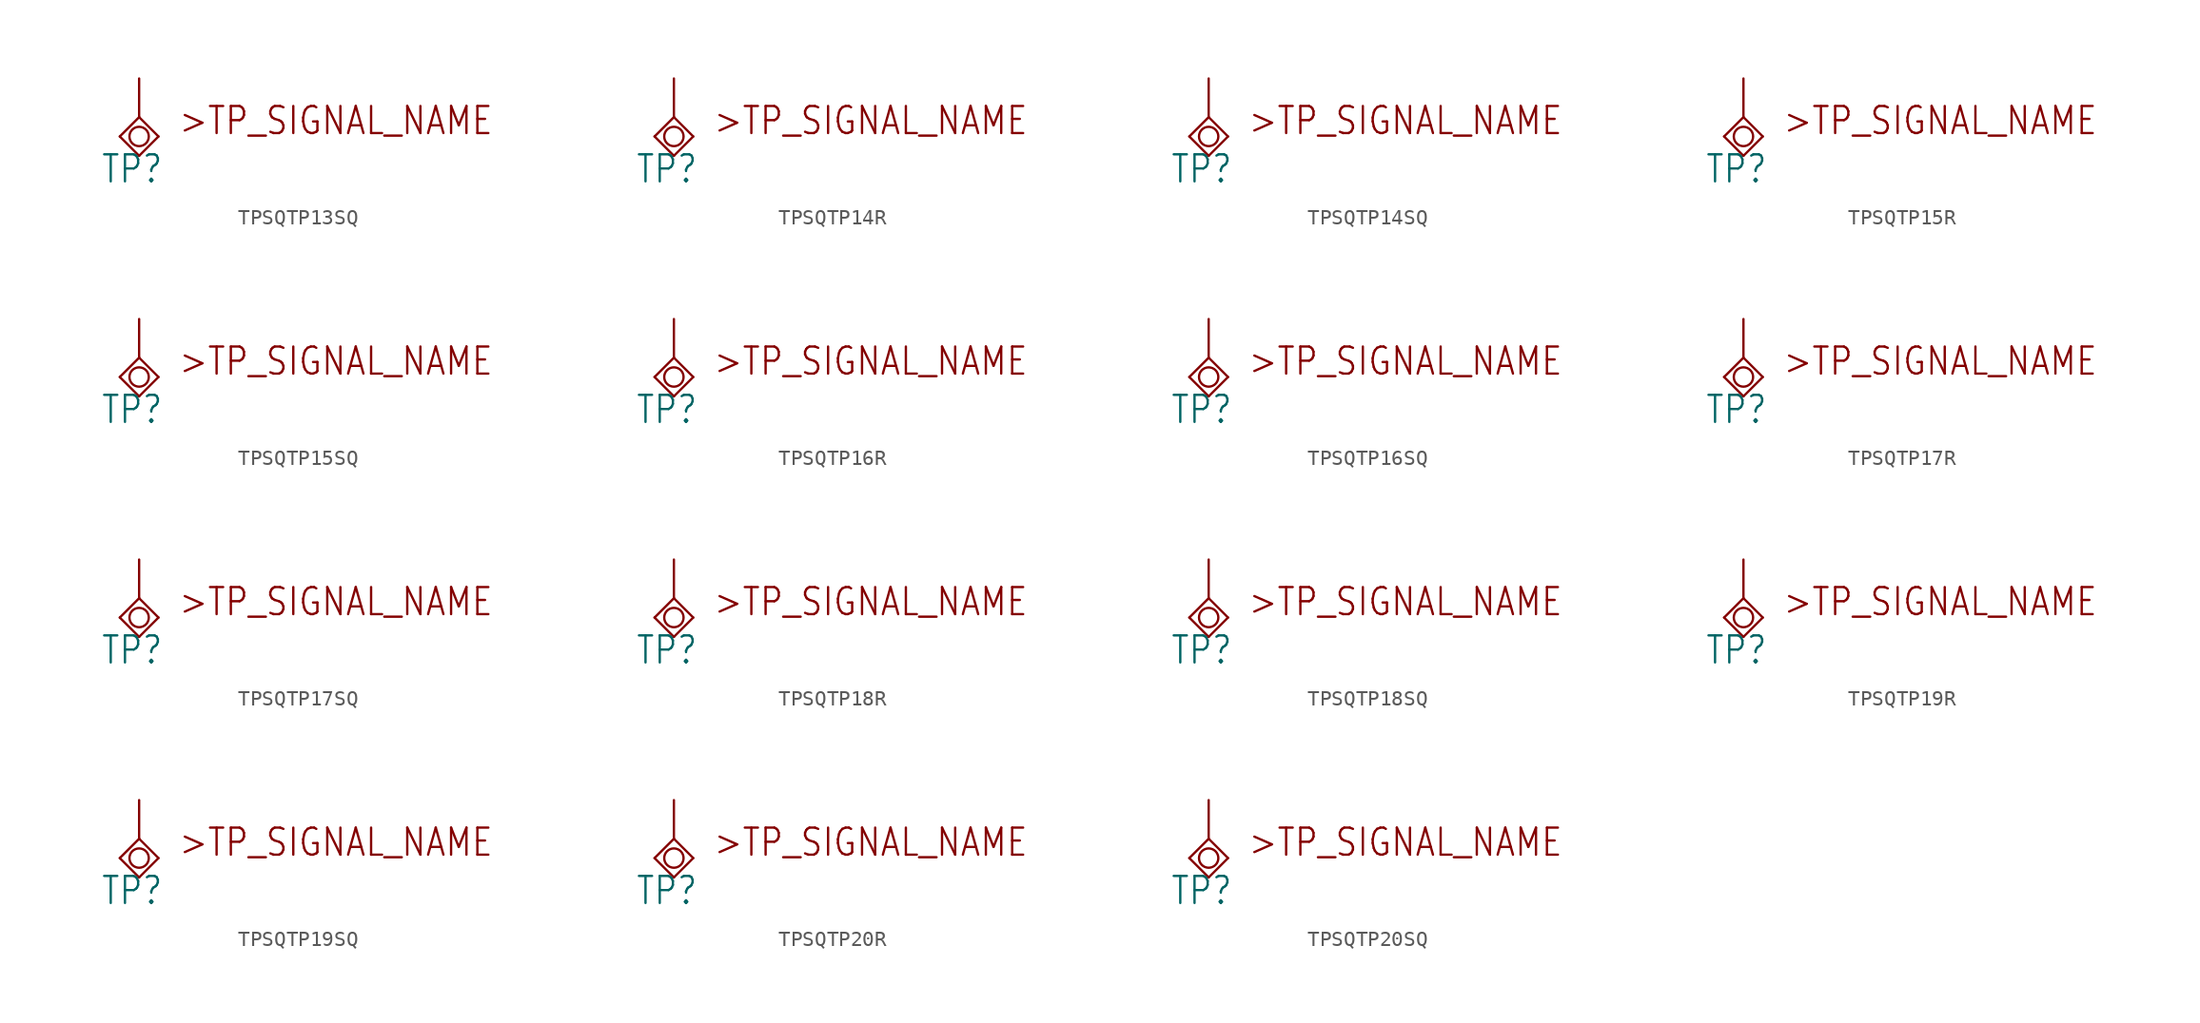
<source format=kicad_sym>
(kicad_symbol_lib
  (version 20200126)
  (host kicad_symbol_editor "(5.99.0-2281-g2f31bf278-dirty)")
  (symbol "TPSQTP13SQ"
    (property "Reference" "TP"
      (at -2.54 -4.445 0)
      (effects (font (size 1.778 1.511)) (justify left bottom)))
    (property "ki_locked" ""
      (at 0 0 0)
      (effects (font (size 1.27 1.27))))
    (symbol "TPSQTP13SQ_1_0"
      (circle (center 0 -1.27) (radius 0.635) (stroke (width 0.152)) (fill (type none)))
      (text ">TP_SIGNAL_NAME" (at 2.54 -1.27 0) (effects (font (size 1.778 1.511)) (justify left bottom)))
      (polyline (pts (xy 0 -2.54) (xy 1.27 -1.27)) (stroke (width 0.152)) (fill (type none)))
      (polyline (pts (xy 1.27 -1.27) (xy 0 0)) (stroke (width 0.152)) (fill (type none)))
      (polyline (pts (xy 0 0) (xy -1.27 -1.27)) (stroke (width 0.152)) (fill (type none)))
      (polyline (pts (xy -1.27 -1.27) (xy 0 -2.54)) (stroke (width 0.152)) (fill (type none)))
      (pin input line (at 0 2.54 270) (length 2.54) (name "TP" (effects (font (size 0 0)))) (number "TP" (effects (font (size 0 0)))))))
  (symbol "TPSQTP14R"
    (property "Reference" "TP"
      (at -2.54 -4.445 0)
      (effects (font (size 1.778 1.511)) (justify left bottom)))
    (property "ki_locked" ""
      (at 0 0 0)
      (effects (font (size 1.27 1.27))))
    (symbol "TPSQTP14R_1_0"
      (circle (center 0 -1.27) (radius 0.635) (stroke (width 0.152)) (fill (type none)))
      (text ">TP_SIGNAL_NAME" (at 2.54 -1.27 0) (effects (font (size 1.778 1.511)) (justify left bottom)))
      (polyline (pts (xy 0 -2.54) (xy 1.27 -1.27)) (stroke (width 0.152)) (fill (type none)))
      (polyline (pts (xy 1.27 -1.27) (xy 0 0)) (stroke (width 0.152)) (fill (type none)))
      (polyline (pts (xy 0 0) (xy -1.27 -1.27)) (stroke (width 0.152)) (fill (type none)))
      (polyline (pts (xy -1.27 -1.27) (xy 0 -2.54)) (stroke (width 0.152)) (fill (type none)))
      (pin input line (at 0 2.54 270) (length 2.54) (name "TP" (effects (font (size 0 0)))) (number "TP" (effects (font (size 0 0)))))))
  (symbol "TPSQTP14SQ"
    (property "Reference" "TP"
      (at -2.54 -4.445 0)
      (effects (font (size 1.778 1.511)) (justify left bottom)))
    (property "ki_locked" ""
      (at 0 0 0)
      (effects (font (size 1.27 1.27))))
    (symbol "TPSQTP14SQ_1_0"
      (circle (center 0 -1.27) (radius 0.635) (stroke (width 0.152)) (fill (type none)))
      (text ">TP_SIGNAL_NAME" (at 2.54 -1.27 0) (effects (font (size 1.778 1.511)) (justify left bottom)))
      (polyline (pts (xy 0 -2.54) (xy 1.27 -1.27)) (stroke (width 0.152)) (fill (type none)))
      (polyline (pts (xy 1.27 -1.27) (xy 0 0)) (stroke (width 0.152)) (fill (type none)))
      (polyline (pts (xy 0 0) (xy -1.27 -1.27)) (stroke (width 0.152)) (fill (type none)))
      (polyline (pts (xy -1.27 -1.27) (xy 0 -2.54)) (stroke (width 0.152)) (fill (type none)))
      (pin input line (at 0 2.54 270) (length 2.54) (name "TP" (effects (font (size 0 0)))) (number "TP" (effects (font (size 0 0)))))))
  (symbol "TPSQTP15R"
    (property "Reference" "TP"
      (at -2.54 -4.445 0)
      (effects (font (size 1.778 1.511)) (justify left bottom)))
    (property "ki_locked" ""
      (at 0 0 0)
      (effects (font (size 1.27 1.27))))
    (symbol "TPSQTP15R_1_0"
      (circle (center 0 -1.27) (radius 0.635) (stroke (width 0.152)) (fill (type none)))
      (text ">TP_SIGNAL_NAME" (at 2.54 -1.27 0) (effects (font (size 1.778 1.511)) (justify left bottom)))
      (polyline (pts (xy 0 -2.54) (xy 1.27 -1.27)) (stroke (width 0.152)) (fill (type none)))
      (polyline (pts (xy 1.27 -1.27) (xy 0 0)) (stroke (width 0.152)) (fill (type none)))
      (polyline (pts (xy 0 0) (xy -1.27 -1.27)) (stroke (width 0.152)) (fill (type none)))
      (polyline (pts (xy -1.27 -1.27) (xy 0 -2.54)) (stroke (width 0.152)) (fill (type none)))
      (pin input line (at 0 2.54 270) (length 2.54) (name "TP" (effects (font (size 0 0)))) (number "TP" (effects (font (size 0 0)))))))
  (symbol "TPSQTP15SQ"
    (property "Reference" "TP"
      (at -2.54 -4.445 0)
      (effects (font (size 1.778 1.511)) (justify left bottom)))
    (property "ki_locked" ""
      (at 0 0 0)
      (effects (font (size 1.27 1.27))))
    (symbol "TPSQTP15SQ_1_0"
      (circle (center 0 -1.27) (radius 0.635) (stroke (width 0.152)) (fill (type none)))
      (text ">TP_SIGNAL_NAME" (at 2.54 -1.27 0) (effects (font (size 1.778 1.511)) (justify left bottom)))
      (polyline (pts (xy 0 -2.54) (xy 1.27 -1.27)) (stroke (width 0.152)) (fill (type none)))
      (polyline (pts (xy 1.27 -1.27) (xy 0 0)) (stroke (width 0.152)) (fill (type none)))
      (polyline (pts (xy 0 0) (xy -1.27 -1.27)) (stroke (width 0.152)) (fill (type none)))
      (polyline (pts (xy -1.27 -1.27) (xy 0 -2.54)) (stroke (width 0.152)) (fill (type none)))
      (pin input line (at 0 2.54 270) (length 2.54) (name "TP" (effects (font (size 0 0)))) (number "TP" (effects (font (size 0 0)))))))
  (symbol "TPSQTP16R"
    (property "Reference" "TP"
      (at -2.54 -4.445 0)
      (effects (font (size 1.778 1.511)) (justify left bottom)))
    (property "ki_locked" ""
      (at 0 0 0)
      (effects (font (size 1.27 1.27))))
    (symbol "TPSQTP16R_1_0"
      (circle (center 0 -1.27) (radius 0.635) (stroke (width 0.152)) (fill (type none)))
      (text ">TP_SIGNAL_NAME" (at 2.54 -1.27 0) (effects (font (size 1.778 1.511)) (justify left bottom)))
      (polyline (pts (xy 0 -2.54) (xy 1.27 -1.27)) (stroke (width 0.152)) (fill (type none)))
      (polyline (pts (xy 1.27 -1.27) (xy 0 0)) (stroke (width 0.152)) (fill (type none)))
      (polyline (pts (xy 0 0) (xy -1.27 -1.27)) (stroke (width 0.152)) (fill (type none)))
      (polyline (pts (xy -1.27 -1.27) (xy 0 -2.54)) (stroke (width 0.152)) (fill (type none)))
      (pin input line (at 0 2.54 270) (length 2.54) (name "TP" (effects (font (size 0 0)))) (number "TP" (effects (font (size 0 0)))))))
  (symbol "TPSQTP16SQ"
    (property "Reference" "TP"
      (at -2.54 -4.445 0)
      (effects (font (size 1.778 1.511)) (justify left bottom)))
    (property "ki_locked" ""
      (at 0 0 0)
      (effects (font (size 1.27 1.27))))
    (symbol "TPSQTP16SQ_1_0"
      (circle (center 0 -1.27) (radius 0.635) (stroke (width 0.152)) (fill (type none)))
      (text ">TP_SIGNAL_NAME" (at 2.54 -1.27 0) (effects (font (size 1.778 1.511)) (justify left bottom)))
      (polyline (pts (xy 0 -2.54) (xy 1.27 -1.27)) (stroke (width 0.152)) (fill (type none)))
      (polyline (pts (xy 1.27 -1.27) (xy 0 0)) (stroke (width 0.152)) (fill (type none)))
      (polyline (pts (xy 0 0) (xy -1.27 -1.27)) (stroke (width 0.152)) (fill (type none)))
      (polyline (pts (xy -1.27 -1.27) (xy 0 -2.54)) (stroke (width 0.152)) (fill (type none)))
      (pin input line (at 0 2.54 270) (length 2.54) (name "TP" (effects (font (size 0 0)))) (number "TP" (effects (font (size 0 0)))))))
  (symbol "TPSQTP17R"
    (property "Reference" "TP"
      (at -2.54 -4.445 0)
      (effects (font (size 1.778 1.511)) (justify left bottom)))
    (property "ki_locked" ""
      (at 0 0 0)
      (effects (font (size 1.27 1.27))))
    (symbol "TPSQTP17R_1_0"
      (circle (center 0 -1.27) (radius 0.635) (stroke (width 0.152)) (fill (type none)))
      (text ">TP_SIGNAL_NAME" (at 2.54 -1.27 0) (effects (font (size 1.778 1.511)) (justify left bottom)))
      (polyline (pts (xy 0 -2.54) (xy 1.27 -1.27)) (stroke (width 0.152)) (fill (type none)))
      (polyline (pts (xy 1.27 -1.27) (xy 0 0)) (stroke (width 0.152)) (fill (type none)))
      (polyline (pts (xy 0 0) (xy -1.27 -1.27)) (stroke (width 0.152)) (fill (type none)))
      (polyline (pts (xy -1.27 -1.27) (xy 0 -2.54)) (stroke (width 0.152)) (fill (type none)))
      (pin input line (at 0 2.54 270) (length 2.54) (name "TP" (effects (font (size 0 0)))) (number "TP" (effects (font (size 0 0)))))))
  (symbol "TPSQTP17SQ"
    (property "Reference" "TP"
      (at -2.54 -4.445 0)
      (effects (font (size 1.778 1.511)) (justify left bottom)))
    (property "ki_locked" ""
      (at 0 0 0)
      (effects (font (size 1.27 1.27))))
    (symbol "TPSQTP17SQ_1_0"
      (circle (center 0 -1.27) (radius 0.635) (stroke (width 0.152)) (fill (type none)))
      (text ">TP_SIGNAL_NAME" (at 2.54 -1.27 0) (effects (font (size 1.778 1.511)) (justify left bottom)))
      (polyline (pts (xy 0 -2.54) (xy 1.27 -1.27)) (stroke (width 0.152)) (fill (type none)))
      (polyline (pts (xy 1.27 -1.27) (xy 0 0)) (stroke (width 0.152)) (fill (type none)))
      (polyline (pts (xy 0 0) (xy -1.27 -1.27)) (stroke (width 0.152)) (fill (type none)))
      (polyline (pts (xy -1.27 -1.27) (xy 0 -2.54)) (stroke (width 0.152)) (fill (type none)))
      (pin input line (at 0 2.54 270) (length 2.54) (name "TP" (effects (font (size 0 0)))) (number "TP" (effects (font (size 0 0)))))))
  (symbol "TPSQTP18R"
    (property "Reference" "TP"
      (at -2.54 -4.445 0)
      (effects (font (size 1.778 1.511)) (justify left bottom)))
    (property "ki_locked" ""
      (at 0 0 0)
      (effects (font (size 1.27 1.27))))
    (symbol "TPSQTP18R_1_0"
      (circle (center 0 -1.27) (radius 0.635) (stroke (width 0.152)) (fill (type none)))
      (text ">TP_SIGNAL_NAME" (at 2.54 -1.27 0) (effects (font (size 1.778 1.511)) (justify left bottom)))
      (polyline (pts (xy 0 -2.54) (xy 1.27 -1.27)) (stroke (width 0.152)) (fill (type none)))
      (polyline (pts (xy 1.27 -1.27) (xy 0 0)) (stroke (width 0.152)) (fill (type none)))
      (polyline (pts (xy 0 0) (xy -1.27 -1.27)) (stroke (width 0.152)) (fill (type none)))
      (polyline (pts (xy -1.27 -1.27) (xy 0 -2.54)) (stroke (width 0.152)) (fill (type none)))
      (pin input line (at 0 2.54 270) (length 2.54) (name "TP" (effects (font (size 0 0)))) (number "TP" (effects (font (size 0 0)))))))
  (symbol "TPSQTP18SQ"
    (property "Reference" "TP"
      (at -2.54 -4.445 0)
      (effects (font (size 1.778 1.511)) (justify left bottom)))
    (property "ki_locked" ""
      (at 0 0 0)
      (effects (font (size 1.27 1.27))))
    (symbol "TPSQTP18SQ_1_0"
      (circle (center 0 -1.27) (radius 0.635) (stroke (width 0.152)) (fill (type none)))
      (text ">TP_SIGNAL_NAME" (at 2.54 -1.27 0) (effects (font (size 1.778 1.511)) (justify left bottom)))
      (polyline (pts (xy 0 -2.54) (xy 1.27 -1.27)) (stroke (width 0.152)) (fill (type none)))
      (polyline (pts (xy 1.27 -1.27) (xy 0 0)) (stroke (width 0.152)) (fill (type none)))
      (polyline (pts (xy 0 0) (xy -1.27 -1.27)) (stroke (width 0.152)) (fill (type none)))
      (polyline (pts (xy -1.27 -1.27) (xy 0 -2.54)) (stroke (width 0.152)) (fill (type none)))
      (pin input line (at 0 2.54 270) (length 2.54) (name "TP" (effects (font (size 0 0)))) (number "TP" (effects (font (size 0 0)))))))
  (symbol "TPSQTP19R"
    (property "Reference" "TP"
      (at -2.54 -4.445 0)
      (effects (font (size 1.778 1.511)) (justify left bottom)))
    (property "ki_locked" ""
      (at 0 0 0)
      (effects (font (size 1.27 1.27))))
    (symbol "TPSQTP19R_1_0"
      (circle (center 0 -1.27) (radius 0.635) (stroke (width 0.152)) (fill (type none)))
      (text ">TP_SIGNAL_NAME" (at 2.54 -1.27 0) (effects (font (size 1.778 1.511)) (justify left bottom)))
      (polyline (pts (xy 0 -2.54) (xy 1.27 -1.27)) (stroke (width 0.152)) (fill (type none)))
      (polyline (pts (xy 1.27 -1.27) (xy 0 0)) (stroke (width 0.152)) (fill (type none)))
      (polyline (pts (xy 0 0) (xy -1.27 -1.27)) (stroke (width 0.152)) (fill (type none)))
      (polyline (pts (xy -1.27 -1.27) (xy 0 -2.54)) (stroke (width 0.152)) (fill (type none)))
      (pin input line (at 0 2.54 270) (length 2.54) (name "TP" (effects (font (size 0 0)))) (number "TP" (effects (font (size 0 0)))))))
  (symbol "TPSQTP19SQ"
    (property "Reference" "TP"
      (at -2.54 -4.445 0)
      (effects (font (size 1.778 1.511)) (justify left bottom)))
    (property "ki_locked" ""
      (at 0 0 0)
      (effects (font (size 1.27 1.27))))
    (symbol "TPSQTP19SQ_1_0"
      (circle (center 0 -1.27) (radius 0.635) (stroke (width 0.152)) (fill (type none)))
      (text ">TP_SIGNAL_NAME" (at 2.54 -1.27 0) (effects (font (size 1.778 1.511)) (justify left bottom)))
      (polyline (pts (xy 0 -2.54) (xy 1.27 -1.27)) (stroke (width 0.152)) (fill (type none)))
      (polyline (pts (xy 1.27 -1.27) (xy 0 0)) (stroke (width 0.152)) (fill (type none)))
      (polyline (pts (xy 0 0) (xy -1.27 -1.27)) (stroke (width 0.152)) (fill (type none)))
      (polyline (pts (xy -1.27 -1.27) (xy 0 -2.54)) (stroke (width 0.152)) (fill (type none)))
      (pin input line (at 0 2.54 270) (length 2.54) (name "TP" (effects (font (size 0 0)))) (number "TP" (effects (font (size 0 0)))))))
  (symbol "TPSQTP20R"
    (property "Reference" "TP"
      (at -2.54 -4.445 0)
      (effects (font (size 1.778 1.511)) (justify left bottom)))
    (property "ki_locked" ""
      (at 0 0 0)
      (effects (font (size 1.27 1.27))))
    (symbol "TPSQTP20R_1_0"
      (circle (center 0 -1.27) (radius 0.635) (stroke (width 0.152)) (fill (type none)))
      (text ">TP_SIGNAL_NAME" (at 2.54 -1.27 0) (effects (font (size 1.778 1.511)) (justify left bottom)))
      (polyline (pts (xy 0 -2.54) (xy 1.27 -1.27)) (stroke (width 0.152)) (fill (type none)))
      (polyline (pts (xy 1.27 -1.27) (xy 0 0)) (stroke (width 0.152)) (fill (type none)))
      (polyline (pts (xy 0 0) (xy -1.27 -1.27)) (stroke (width 0.152)) (fill (type none)))
      (polyline (pts (xy -1.27 -1.27) (xy 0 -2.54)) (stroke (width 0.152)) (fill (type none)))
      (pin input line (at 0 2.54 270) (length 2.54) (name "TP" (effects (font (size 0 0)))) (number "TP" (effects (font (size 0 0)))))))
  (symbol "TPSQTP20SQ"
    (property "Reference" "TP"
      (at -2.54 -4.445 0)
      (effects (font (size 1.778 1.511)) (justify left bottom)))
    (property "ki_locked" ""
      (at 0 0 0)
      (effects (font (size 1.27 1.27))))
    (symbol "TPSQTP20SQ_1_0"
      (circle (center 0 -1.27) (radius 0.635) (stroke (width 0.152)) (fill (type none)))
      (text ">TP_SIGNAL_NAME" (at 2.54 -1.27 0) (effects (font (size 1.778 1.511)) (justify left bottom)))
      (polyline (pts (xy 0 -2.54) (xy 1.27 -1.27)) (stroke (width 0.152)) (fill (type none)))
      (polyline (pts (xy 1.27 -1.27) (xy 0 0)) (stroke (width 0.152)) (fill (type none)))
      (polyline (pts (xy 0 0) (xy -1.27 -1.27)) (stroke (width 0.152)) (fill (type none)))
      (polyline (pts (xy -1.27 -1.27) (xy 0 -2.54)) (stroke (width 0.152)) (fill (type none)))
      (pin input line (at 0 2.54 270) (length 2.54) (name "TP" (effects (font (size 0 0)))) (number "TP" (effects (font (size 0 0))))))))
</source>
